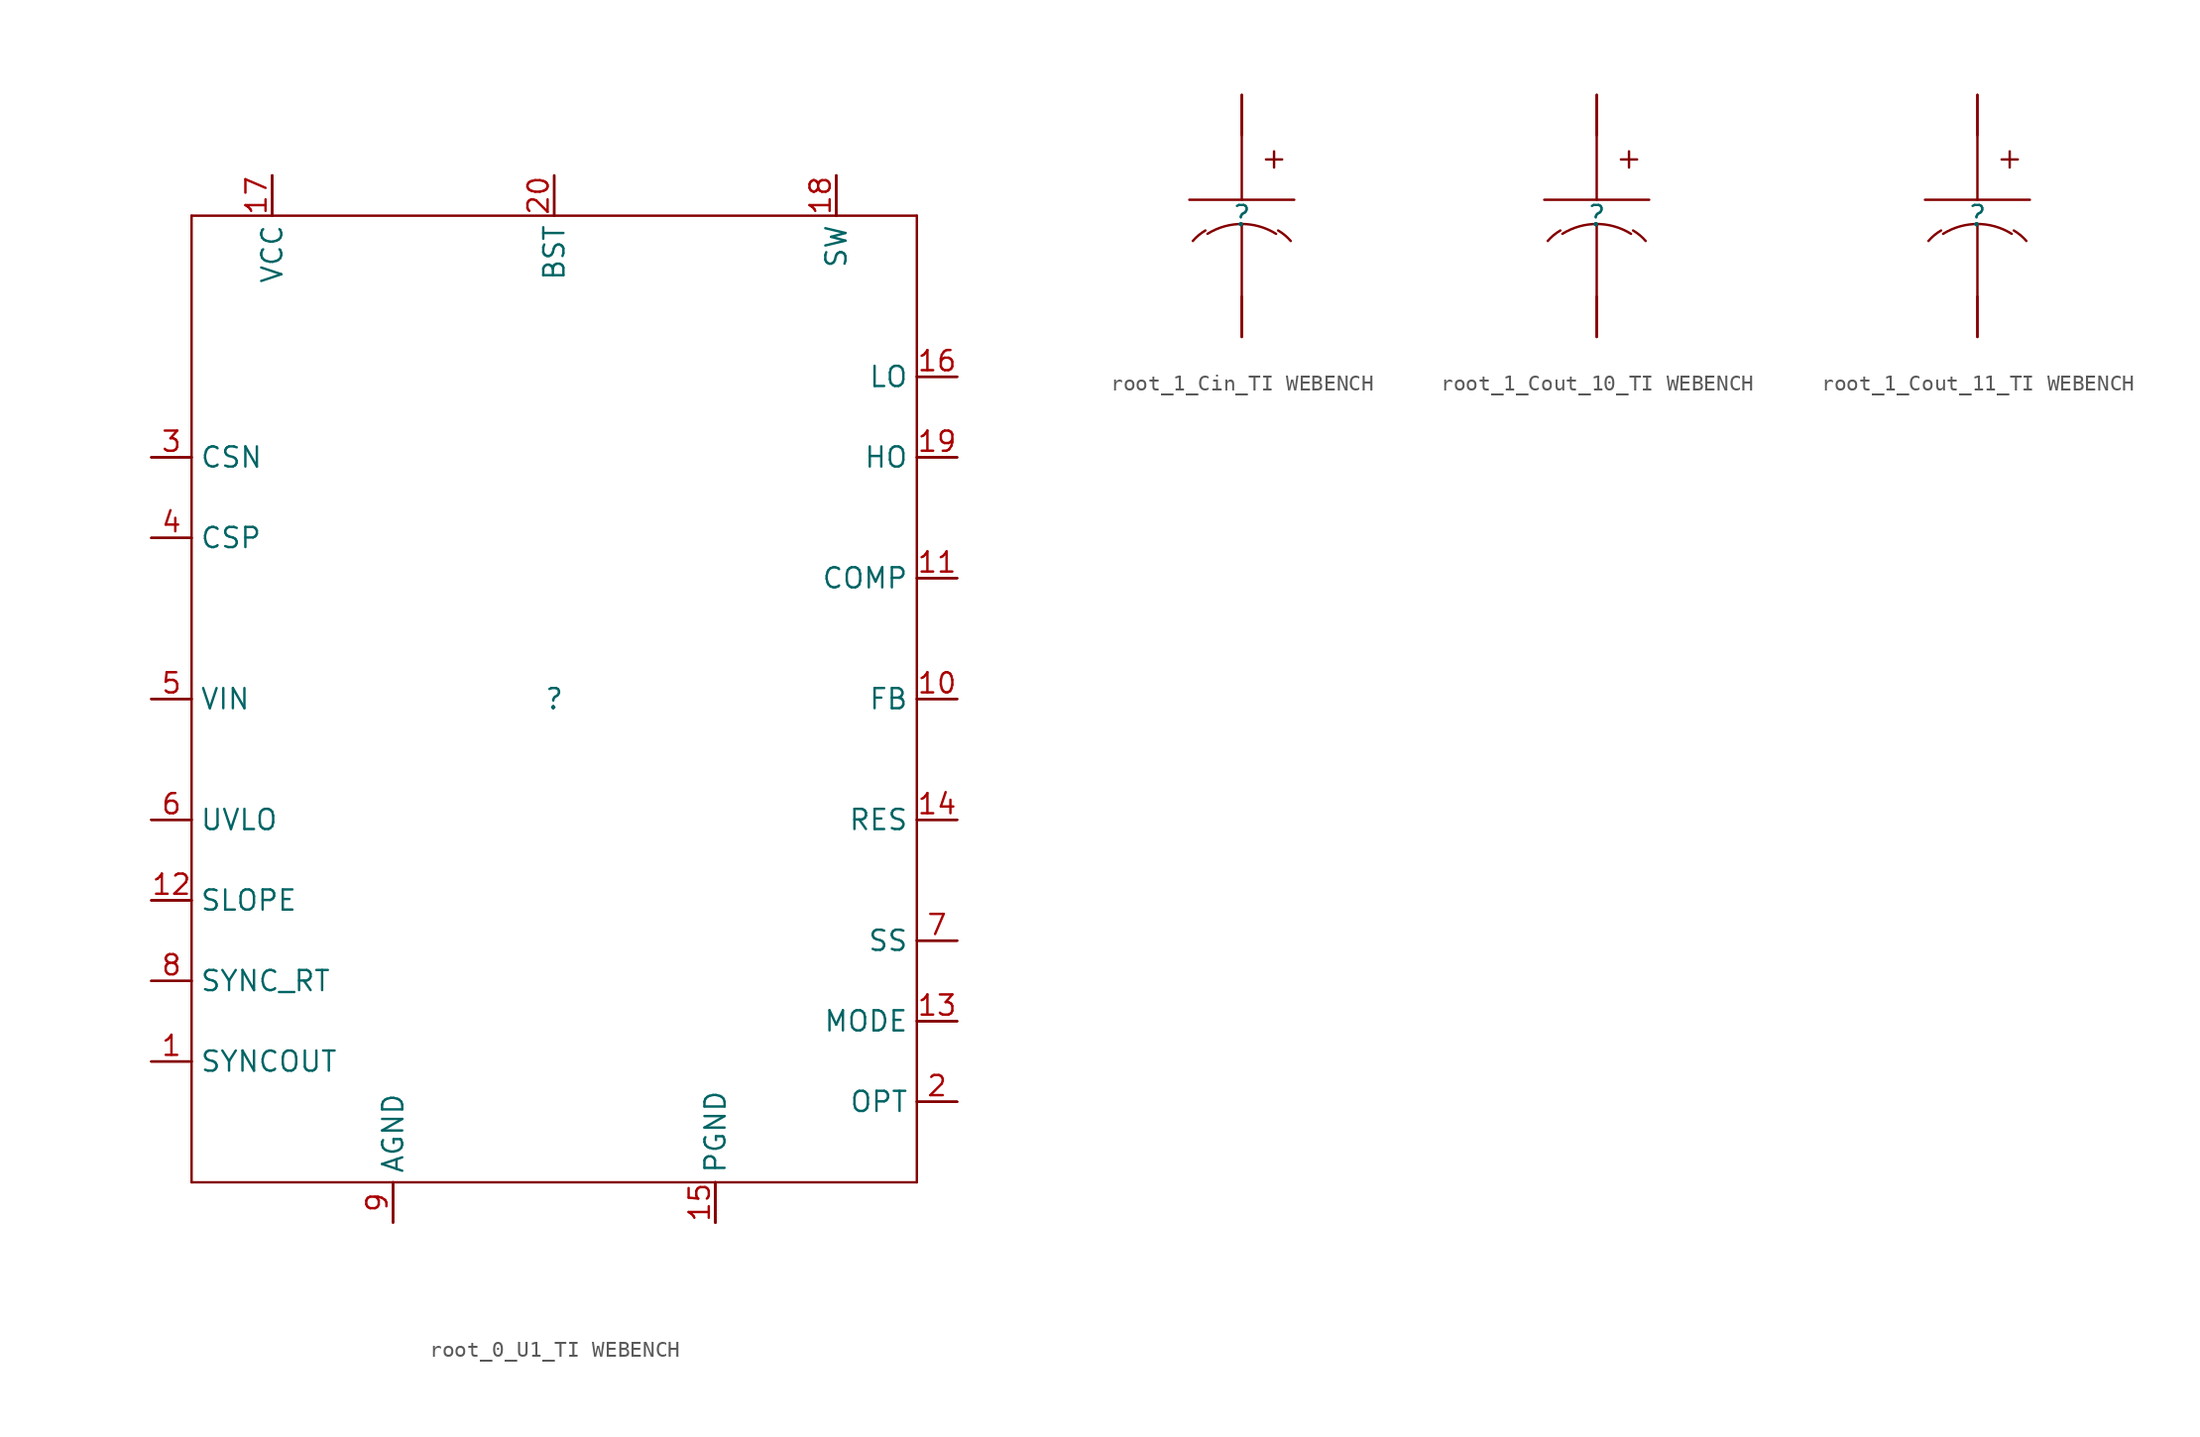
<source format=kicad_sym>
(kicad_symbol_lib
  (version 20241209)
  (generator "kicad_symbol_editor")
  (generator_version "9.0")
  (symbol "root_0_U1_TI WEBENCH"
    (property "Reference" ""
      (at 0 0 0)
      (effects (font (size 1.27 1.27))))
    (property "Value" ""
      (at 0 0 0)
      (effects (font (size 1.27 1.27))))
    (symbol "root_0_U1_TI WEBENCH_1_0"
      (polyline (pts (xy -25.4 15.24) (xy -22.86 15.24)) (stroke (width 0) (type solid)) (fill (type none)))
      (polyline (pts (xy -25.4 10.16) (xy -22.86 10.16)) (stroke (width 0) (type solid)) (fill (type none)))
      (polyline (pts (xy -25.4 0) (xy -22.86 0)) (stroke (width 0) (type solid)) (fill (type none)))
      (polyline (pts (xy -25.4 -7.62) (xy -22.86 -7.62)) (stroke (width 0) (type solid)) (fill (type none)))
      (polyline (pts (xy -25.4 -12.7) (xy -22.86 -12.7)) (stroke (width 0) (type solid)) (fill (type none)))
      (polyline (pts (xy -25.4 -17.78) (xy -22.86 -17.78)) (stroke (width 0) (type solid)) (fill (type none)))
      (polyline (pts (xy -25.4 -22.86) (xy -22.86 -22.86)) (stroke (width 0) (type solid)) (fill (type none)))
      (polyline (pts (xy -22.86 30.48) (xy 22.86 30.48)) (stroke (width 0) (type solid)) (fill (type none)))
      (polyline (pts (xy -22.86 -30.48) (xy -22.86 30.48)) (stroke (width 0) (type solid)) (fill (type none)))
      (polyline (pts (xy -17.78 33.02) (xy -17.78 30.48)) (stroke (width 0) (type solid)) (fill (type none)))
      (polyline (pts (xy -10.16 -33.02) (xy -10.16 -30.48)) (stroke (width 0) (type solid)) (fill (type none)))
      (polyline (pts (xy 0 33.02) (xy 0 30.48)) (stroke (width 0) (type solid)) (fill (type none)))
      (polyline (pts (xy 10.16 -33.02) (xy 10.16 -30.48)) (stroke (width 0) (type solid)) (fill (type none)))
      (polyline (pts (xy 17.78 33.02) (xy 17.78 30.48)) (stroke (width 0) (type solid)) (fill (type none)))
      (polyline (pts (xy 22.86 30.48) (xy 22.86 -30.48)) (stroke (width 0) (type solid)) (fill (type none)))
      (polyline (pts (xy 22.86 -30.48) (xy -22.86 -30.48)) (stroke (width 0) (type solid)) (fill (type none)))
      (polyline (pts (xy 25.4 20.32) (xy 22.86 20.32)) (stroke (width 0) (type solid)) (fill (type none)))
      (polyline (pts (xy 25.4 15.24) (xy 22.86 15.24)) (stroke (width 0) (type solid)) (fill (type none)))
      (polyline (pts (xy 25.4 7.62) (xy 22.86 7.62)) (stroke (width 0) (type solid)) (fill (type none)))
      (polyline (pts (xy 25.4 0) (xy 22.86 0)) (stroke (width 0) (type solid)) (fill (type none)))
      (polyline (pts (xy 25.4 -7.62) (xy 22.86 -7.62)) (stroke (width 0) (type solid)) (fill (type none)))
      (polyline (pts (xy 25.4 -15.24) (xy 22.86 -15.24)) (stroke (width 0) (type solid)) (fill (type none)))
      (polyline (pts (xy 25.4 -20.32) (xy 22.86 -20.32)) (stroke (width 0) (type solid)) (fill (type none)))
      (polyline (pts (xy 25.4 -25.4) (xy 22.86 -25.4)) (stroke (width 0) (type solid)) (fill (type none)))
      (pin passive line (at -25.4 15.24 0) (length 2.54) (name "CSN" (effects (font (size 1.27 1.27)))) (number "3" (effects (font (size 1.27 1.27)))))
      (pin passive line (at -25.4 10.16 0) (length 2.54) (name "CSP" (effects (font (size 1.27 1.27)))) (number "4" (effects (font (size 1.27 1.27)))))
      (pin passive line (at -25.4 0 0) (length 2.54) (name "VIN" (effects (font (size 1.27 1.27)))) (number "5" (effects (font (size 1.27 1.27)))))
      (pin passive line (at -25.4 -7.62 0) (length 2.54) (name "UVLO" (effects (font (size 1.27 1.27)))) (number "6" (effects (font (size 1.27 1.27)))))
      (pin passive line (at -25.4 -12.7 0) (length 2.54) (name "SLOPE" (effects (font (size 1.27 1.27)))) (number "12" (effects (font (size 1.27 1.27)))))
      (pin passive line (at -25.4 -17.78 0) (length 2.54) (name "SYNC_RT" (effects (font (size 1.27 1.27)))) (number "8" (effects (font (size 1.27 1.27)))))
      (pin passive line (at -25.4 -22.86 0) (length 2.54) (name "SYNCOUT" (effects (font (size 1.27 1.27)))) (number "1" (effects (font (size 1.27 1.27)))))
      (pin passive line (at -17.78 33.02 270) (length 2.54) (name "VCC" (effects (font (size 1.27 1.27)))) (number "17" (effects (font (size 1.27 1.27)))))
      (pin passive line (at -10.16 -33.02 90) (length 2.54) (name "AGND" (effects (font (size 1.27 1.27)))) (number "9" (effects (font (size 1.27 1.27)))))
      (pin passive line (at 0 33.02 270) (length 2.54) (name "BST" (effects (font (size 1.27 1.27)))) (number "20" (effects (font (size 1.27 1.27)))))
      (pin passive line (at 10.16 -33.02 90) (length 2.54) (name "PGND" (effects (font (size 1.27 1.27)))) (number "15" (effects (font (size 1.27 1.27)))))
      (pin passive line (at 10.16 -33.02 90) (length 2.54) (name "EP" (effects (font (size 0 0)))) (number "21" (effects (font (size 0 0)))))
      (pin passive line (at 17.78 33.02 270) (length 2.54) (name "SW" (effects (font (size 1.27 1.27)))) (number "18" (effects (font (size 1.27 1.27)))))
      (pin passive line (at 25.4 20.32 180) (length 2.54) (name "LO" (effects (font (size 1.27 1.27)))) (number "16" (effects (font (size 1.27 1.27)))))
      (pin passive line (at 25.4 15.24 180) (length 2.54) (name "HO" (effects (font (size 1.27 1.27)))) (number "19" (effects (font (size 1.27 1.27)))))
      (pin passive line (at 25.4 7.62 180) (length 2.54) (name "COMP" (effects (font (size 1.27 1.27)))) (number "11" (effects (font (size 1.27 1.27)))))
      (pin passive line (at 25.4 0 180) (length 2.54) (name "FB" (effects (font (size 1.27 1.27)))) (number "10" (effects (font (size 1.27 1.27)))))
      (pin passive line (at 25.4 -7.62 180) (length 2.54) (name "RES" (effects (font (size 1.27 1.27)))) (number "14" (effects (font (size 1.27 1.27)))))
      (pin passive line (at 25.4 -15.24 180) (length 2.54) (name "SS" (effects (font (size 1.27 1.27)))) (number "7" (effects (font (size 1.27 1.27)))))
      (pin passive line (at 25.4 -20.32 180) (length 2.54) (name "MODE" (effects (font (size 1.27 1.27)))) (number "13" (effects (font (size 1.27 1.27)))))
      (pin passive line (at 25.4 -25.4 180) (length 2.54) (name "OPT" (effects (font (size 1.27 1.27)))) (number "2" (effects (font (size 1.27 1.27)))))))
  (symbol "root_1_Cin_TI WEBENCH"
    (pin_numbers
      (hide yes))
    (pin_names
      (hide yes))
    (property "Reference" ""
      (at 0 0 0)
      (effects (font (size 1.27 1.27))))
    (property "Value" ""
      (at 0 0 0)
      (effects (font (size 1.27 1.27))))
    (symbol "root_1_Cin_TI WEBENCH_1_0"
      (arc (start -3.0825 -1.5797) (mid -2.7133 -1.2144) (end -2.2874 -0.9172) (stroke (width 0) (type solid)) (fill (type none)))
      (polyline (pts (xy 0 1.016) (xy 0 7.62)) (stroke (width 0) (type solid)) (fill (type none)))
      (arc (start -2.1608 -1.1301) (mid -1.0877 -0.6563) (end 0.076 -0.5087) (stroke (width 0) (type solid)) (fill (type none)))
      (arc (start -0.076 -0.5087) (mid 1.0877 -0.6563) (end 2.1608 -1.1301) (stroke (width 0) (type solid)) (fill (type none)))
      (polyline (pts (xy 0 -7.62) (xy 0 -0.508)) (stroke (width 0) (type solid)) (fill (type none)))
      (arc (start 2.2874 -0.9172) (mid 2.7133 -1.2145) (end 3.0825 -1.5797) (stroke (width 0) (type solid)) (fill (type none)))
      (polyline (pts (xy 2.032 3.048) (xy 2.032 4.064)) (stroke (width 0) (type solid)) (fill (type none)))
      (polyline (pts (xy 2.54 3.556) (xy 1.524 3.556)) (stroke (width 0) (type solid)) (fill (type none)))
      (polyline (pts (xy 3.302 1.016) (xy -3.302 1.016)) (stroke (width 0) (type solid)) (fill (type none)))
      (pin passive line (at 0 7.62 270) (length 2.54) (name "+" (effects (font (size 1.27 1.27)))) (number "1" (effects (font (size 1.27 1.27)))))
      (pin passive line (at 0 -7.62 90) (length 2.54) (name "-" (effects (font (size 1.27 1.27)))) (number "2" (effects (font (size 1.27 1.27)))))))
  (symbol "root_1_Cout_10_TI WEBENCH"
    (pin_numbers
      (hide yes))
    (pin_names
      (hide yes))
    (property "Reference" ""
      (at 0 0 0)
      (effects (font (size 1.27 1.27))))
    (property "Value" ""
      (at 0 0 0)
      (effects (font (size 1.27 1.27))))
    (symbol "root_1_Cout_10_TI WEBENCH_1_0"
      (arc (start -3.0825 -1.5797) (mid -2.7133 -1.2144) (end -2.2874 -0.9172) (stroke (width 0) (type solid)) (fill (type none)))
      (polyline (pts (xy 0 1.016) (xy 0 7.62)) (stroke (width 0) (type solid)) (fill (type none)))
      (arc (start -2.1608 -1.1301) (mid -1.0877 -0.6563) (end 0.076 -0.5087) (stroke (width 0) (type solid)) (fill (type none)))
      (arc (start -0.076 -0.5087) (mid 1.0877 -0.6563) (end 2.1608 -1.1301) (stroke (width 0) (type solid)) (fill (type none)))
      (polyline (pts (xy 0 -7.62) (xy 0 -0.508)) (stroke (width 0) (type solid)) (fill (type none)))
      (arc (start 2.2874 -0.9172) (mid 2.7133 -1.2145) (end 3.0825 -1.5797) (stroke (width 0) (type solid)) (fill (type none)))
      (polyline (pts (xy 2.032 3.048) (xy 2.032 4.064)) (stroke (width 0) (type solid)) (fill (type none)))
      (polyline (pts (xy 2.54 3.556) (xy 1.524 3.556)) (stroke (width 0) (type solid)) (fill (type none)))
      (polyline (pts (xy 3.302 1.016) (xy -3.302 1.016)) (stroke (width 0) (type solid)) (fill (type none)))
      (pin passive line (at 0 7.62 270) (length 2.54) (name "+" (effects (font (size 1.27 1.27)))) (number "1" (effects (font (size 1.27 1.27)))))
      (pin passive line (at 0 -7.62 90) (length 2.54) (name "-" (effects (font (size 1.27 1.27)))) (number "2" (effects (font (size 1.27 1.27)))))))
  (symbol "root_1_Cout_11_TI WEBENCH"
    (pin_numbers
      (hide yes))
    (pin_names
      (hide yes))
    (property "Reference" ""
      (at 0 0 0)
      (effects (font (size 1.27 1.27))))
    (property "Value" ""
      (at 0 0 0)
      (effects (font (size 1.27 1.27))))
    (symbol "root_1_Cout_11_TI WEBENCH_1_0"
      (arc (start -3.0825 -1.5797) (mid -2.7133 -1.2144) (end -2.2874 -0.9172) (stroke (width 0) (type solid)) (fill (type none)))
      (polyline (pts (xy 0 1.016) (xy 0 7.62)) (stroke (width 0) (type solid)) (fill (type none)))
      (arc (start -2.1608 -1.1301) (mid -1.0877 -0.6563) (end 0.076 -0.5087) (stroke (width 0) (type solid)) (fill (type none)))
      (arc (start -0.076 -0.5087) (mid 1.0877 -0.6563) (end 2.1608 -1.1301) (stroke (width 0) (type solid)) (fill (type none)))
      (polyline (pts (xy 0 -7.62) (xy 0 -0.508)) (stroke (width 0) (type solid)) (fill (type none)))
      (arc (start 2.2874 -0.9172) (mid 2.7133 -1.2145) (end 3.0825 -1.5797) (stroke (width 0) (type solid)) (fill (type none)))
      (polyline (pts (xy 2.032 3.048) (xy 2.032 4.064)) (stroke (width 0) (type solid)) (fill (type none)))
      (polyline (pts (xy 2.54 3.556) (xy 1.524 3.556)) (stroke (width 0) (type solid)) (fill (type none)))
      (polyline (pts (xy 3.302 1.016) (xy -3.302 1.016)) (stroke (width 0) (type solid)) (fill (type none)))
      (pin passive line (at 0 7.62 270) (length 2.54) (name "+" (effects (font (size 1.27 1.27)))) (number "1" (effects (font (size 1.27 1.27)))))
      (pin passive line (at 0 -7.62 90) (length 2.54) (name "-" (effects (font (size 1.27 1.27)))) (number "2" (effects (font (size 1.27 1.27))))))))
</source>
